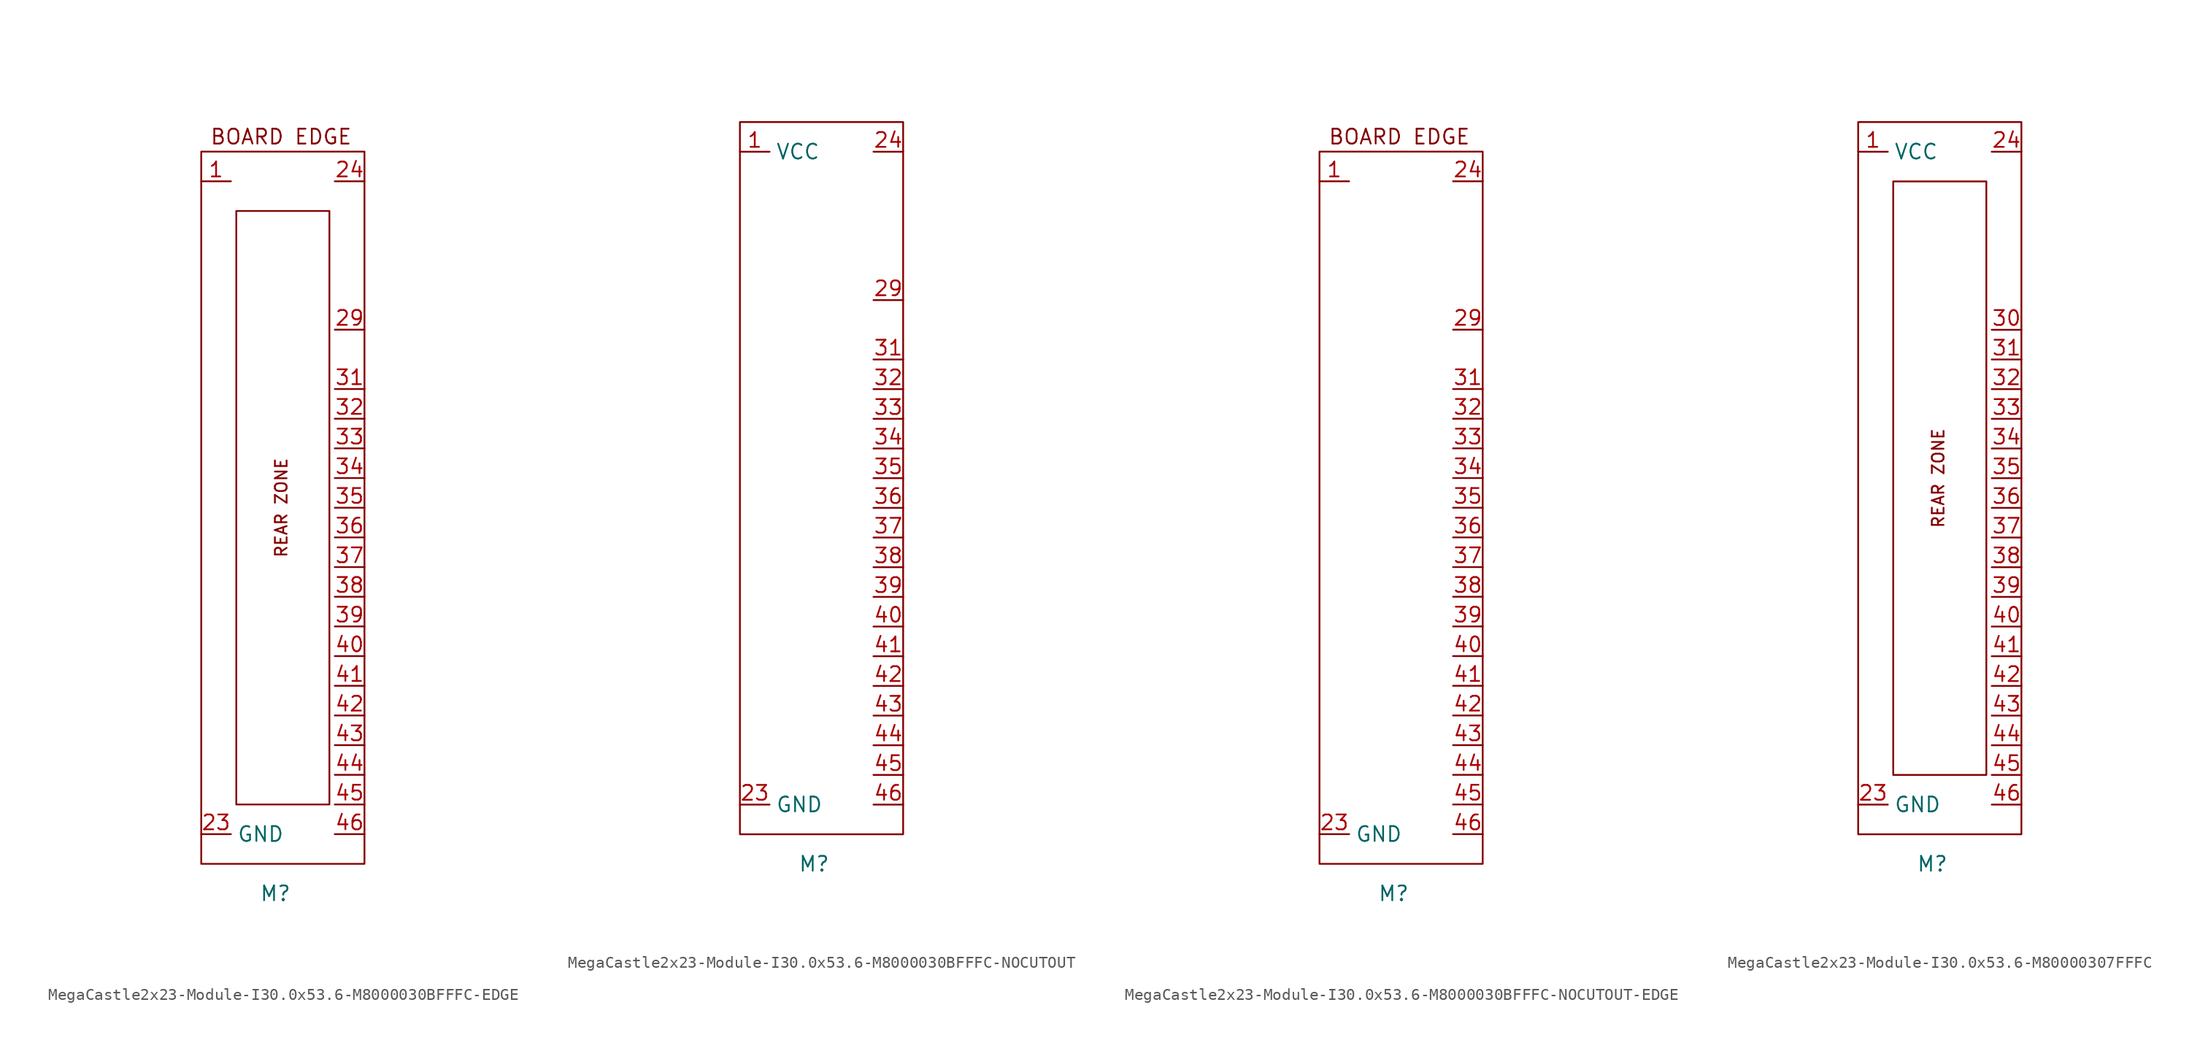
<source format=kicad_sym>
(kicad_symbol_lib
  (version 20241209)
  (generator "kicad_symbol_editor")
  (generator_version "9.0")
  (symbol "MegaCastle2x23-Module-I30.0x53.6-M8000030BFFFC-EDGE"
    (property "Reference" "M"
      (at 0 -33.02 0)
      (effects (font (size 1.27 1.27))))
    (property "Value" ""
      (at 0 5.08 0)
      (effects (font (size 1.27 1.27))))
    (symbol "MegaCastle2x23-Module-I30.0x53.6-M8000030BFFFC-EDGE_0_1"
      (rectangle (start -6.35 30.48) (end 7.62 -30.48) (stroke (width 0) (type default)) (fill (type none)))
      (rectangle (start -3.35 25.4) (end 4.62 -25.4) (stroke (width 0) (type default)) (fill (type none))))
    (symbol "MegaCastle2x23-Module-I30.0x53.6-M8000030BFFFC-EDGE_1_1"
      (text " BOARD EDGE" (at 0 31.75 0) (effects (font (size 1.27 1.27))))
      (text "REAR ZONE" (at 0.5 0 900) (effects (font (size 1 1))))
      (pin bidirectional line (at -6.35 27.94 0) (length 2.54) (name "" (effects (font (size 1.27 1.27)))) (number "1" (effects (font (size 1.27 1.27)))))
      (pin bidirectional line (at -6.35 -27.94 0) (length 2.54) (name "GND" (effects (font (size 1.27 1.27)))) (number "23" (effects (font (size 1.27 1.27)))))
      (pin bidirectional line (at 7.62 27.94 180) (length 2.54) (name "" (effects (font (size 1.27 1.27)))) (number "24" (effects (font (size 1.27 1.27)))))
      (pin bidirectional line (at 7.62 15.24 180) (length 2.54) (name "" (effects (font (size 1.27 1.27)))) (number "29" (effects (font (size 1.27 1.27)))))
      (pin bidirectional line (at 7.62 10.16 180) (length 2.54) (name "" (effects (font (size 1.27 1.27)))) (number "31" (effects (font (size 1.27 1.27)))))
      (pin bidirectional line (at 7.62 7.62 180) (length 2.54) (name "" (effects (font (size 1.27 1.27)))) (number "32" (effects (font (size 1.27 1.27)))))
      (pin bidirectional line (at 7.62 5.08 180) (length 2.54) (name "" (effects (font (size 1.27 1.27)))) (number "33" (effects (font (size 1.27 1.27)))))
      (pin bidirectional line (at 7.62 2.54 180) (length 2.54) (name "" (effects (font (size 1.27 1.27)))) (number "34" (effects (font (size 1.27 1.27)))))
      (pin bidirectional line (at 7.62 0 180) (length 2.54) (name "" (effects (font (size 1.27 1.27)))) (number "35" (effects (font (size 1.27 1.27)))))
      (pin bidirectional line (at 7.62 -2.54 180) (length 2.54) (name "" (effects (font (size 1.27 1.27)))) (number "36" (effects (font (size 1.27 1.27)))))
      (pin bidirectional line (at 7.62 -5.08 180) (length 2.54) (name "" (effects (font (size 1.27 1.27)))) (number "37" (effects (font (size 1.27 1.27)))))
      (pin bidirectional line (at 7.62 -7.62 180) (length 2.54) (name "" (effects (font (size 1.27 1.27)))) (number "38" (effects (font (size 1.27 1.27)))))
      (pin bidirectional line (at 7.62 -10.16 180) (length 2.54) (name "" (effects (font (size 1.27 1.27)))) (number "39" (effects (font (size 1.27 1.27)))))
      (pin bidirectional line (at 7.62 -12.7 180) (length 2.54) (name "" (effects (font (size 1.27 1.27)))) (number "40" (effects (font (size 1.27 1.27)))))
      (pin bidirectional line (at 7.62 -15.24 180) (length 2.54) (name "" (effects (font (size 1.27 1.27)))) (number "41" (effects (font (size 1.27 1.27)))))
      (pin bidirectional line (at 7.62 -17.78 180) (length 2.54) (name "" (effects (font (size 1.27 1.27)))) (number "42" (effects (font (size 1.27 1.27)))))
      (pin bidirectional line (at 7.62 -20.32 180) (length 2.54) (name "" (effects (font (size 1.27 1.27)))) (number "43" (effects (font (size 1.27 1.27)))))
      (pin bidirectional line (at 7.62 -22.86 180) (length 2.54) (name "" (effects (font (size 1.27 1.27)))) (number "44" (effects (font (size 1.27 1.27)))))
      (pin bidirectional line (at 7.62 -25.4 180) (length 2.54) (name "" (effects (font (size 1.27 1.27)))) (number "45" (effects (font (size 1.27 1.27)))))
      (pin bidirectional line (at 7.62 -27.94 180) (length 2.54) (name "" (effects (font (size 1.27 1.27)))) (number "46" (effects (font (size 1.27 1.27)))))))
  (symbol "MegaCastle2x23-Module-I30.0x53.6-M8000030BFFFC-NOCUTOUT"
    (property "Reference" "M"
      (at 0 -33.02 0)
      (effects (font (size 1.27 1.27))))
    (property "Value" ""
      (at 0 5.08 0)
      (effects (font (size 1.27 1.27))))
    (symbol "MegaCastle2x23-Module-I30.0x53.6-M8000030BFFFC-NOCUTOUT_0_1"
      (rectangle (start -6.35 30.48) (end 7.62 -30.48) (stroke (width 0) (type default)) (fill (type none))))
    (symbol "MegaCastle2x23-Module-I30.0x53.6-M8000030BFFFC-NOCUTOUT_1_1"
      (pin bidirectional line (at -6.35 27.94 0) (length 2.54) (name "VCC" (effects (font (size 1.27 1.27)))) (number "1" (effects (font (size 1.27 1.27)))))
      (pin bidirectional line (at -6.35 -27.94 0) (length 2.54) (name "GND" (effects (font (size 1.27 1.27)))) (number "23" (effects (font (size 1.27 1.27)))))
      (pin bidirectional line (at 7.62 27.94 180) (length 2.54) (name "" (effects (font (size 1.27 1.27)))) (number "24" (effects (font (size 1.27 1.27)))))
      (pin bidirectional line (at 7.62 15.24 180) (length 2.54) (name "" (effects (font (size 1.27 1.27)))) (number "29" (effects (font (size 1.27 1.27)))))
      (pin bidirectional line (at 7.62 10.16 180) (length 2.54) (name "" (effects (font (size 1.27 1.27)))) (number "31" (effects (font (size 1.27 1.27)))))
      (pin bidirectional line (at 7.62 7.62 180) (length 2.54) (name "" (effects (font (size 1.27 1.27)))) (number "32" (effects (font (size 1.27 1.27)))))
      (pin bidirectional line (at 7.62 5.08 180) (length 2.54) (name "" (effects (font (size 1.27 1.27)))) (number "33" (effects (font (size 1.27 1.27)))))
      (pin bidirectional line (at 7.62 2.54 180) (length 2.54) (name "" (effects (font (size 1.27 1.27)))) (number "34" (effects (font (size 1.27 1.27)))))
      (pin bidirectional line (at 7.62 0 180) (length 2.54) (name "" (effects (font (size 1.27 1.27)))) (number "35" (effects (font (size 1.27 1.27)))))
      (pin bidirectional line (at 7.62 -2.54 180) (length 2.54) (name "" (effects (font (size 1.27 1.27)))) (number "36" (effects (font (size 1.27 1.27)))))
      (pin bidirectional line (at 7.62 -5.08 180) (length 2.54) (name "" (effects (font (size 1.27 1.27)))) (number "37" (effects (font (size 1.27 1.27)))))
      (pin bidirectional line (at 7.62 -7.62 180) (length 2.54) (name "" (effects (font (size 1.27 1.27)))) (number "38" (effects (font (size 1.27 1.27)))))
      (pin bidirectional line (at 7.62 -10.16 180) (length 2.54) (name "" (effects (font (size 1.27 1.27)))) (number "39" (effects (font (size 1.27 1.27)))))
      (pin bidirectional line (at 7.62 -12.7 180) (length 2.54) (name "" (effects (font (size 1.27 1.27)))) (number "40" (effects (font (size 1.27 1.27)))))
      (pin bidirectional line (at 7.62 -15.24 180) (length 2.54) (name "" (effects (font (size 1.27 1.27)))) (number "41" (effects (font (size 1.27 1.27)))))
      (pin bidirectional line (at 7.62 -17.78 180) (length 2.54) (name "" (effects (font (size 1.27 1.27)))) (number "42" (effects (font (size 1.27 1.27)))))
      (pin bidirectional line (at 7.62 -20.32 180) (length 2.54) (name "" (effects (font (size 1.27 1.27)))) (number "43" (effects (font (size 1.27 1.27)))))
      (pin bidirectional line (at 7.62 -22.86 180) (length 2.54) (name "" (effects (font (size 1.27 1.27)))) (number "44" (effects (font (size 1.27 1.27)))))
      (pin bidirectional line (at 7.62 -25.4 180) (length 2.54) (name "" (effects (font (size 1.27 1.27)))) (number "45" (effects (font (size 1.27 1.27)))))
      (pin bidirectional line (at 7.62 -27.94 180) (length 2.54) (name "" (effects (font (size 1.27 1.27)))) (number "46" (effects (font (size 1.27 1.27)))))))
  (symbol "MegaCastle2x23-Module-I30.0x53.6-M8000030BFFFC-NOCUTOUT-EDGE"
    (property "Reference" "M"
      (at 0 -33.02 0)
      (effects (font (size 1.27 1.27))))
    (property "Value" ""
      (at 0 5.08 0)
      (effects (font (size 1.27 1.27))))
    (symbol "MegaCastle2x23-Module-I30.0x53.6-M8000030BFFFC-NOCUTOUT-EDGE_0_1"
      (rectangle (start -6.35 30.48) (end 7.62 -30.48) (stroke (width 0) (type default)) (fill (type none))))
    (symbol "MegaCastle2x23-Module-I30.0x53.6-M8000030BFFFC-NOCUTOUT-EDGE_1_1"
      (text " BOARD EDGE" (at 0 31.75 0) (effects (font (size 1.27 1.27))))
      (pin bidirectional line (at -6.35 27.94 0) (length 2.54) (name "" (effects (font (size 1.27 1.27)))) (number "1" (effects (font (size 1.27 1.27)))))
      (pin bidirectional line (at -6.35 -27.94 0) (length 2.54) (name "GND" (effects (font (size 1.27 1.27)))) (number "23" (effects (font (size 1.27 1.27)))))
      (pin bidirectional line (at 7.62 27.94 180) (length 2.54) (name "" (effects (font (size 1.27 1.27)))) (number "24" (effects (font (size 1.27 1.27)))))
      (pin bidirectional line (at 7.62 15.24 180) (length 2.54) (name "" (effects (font (size 1.27 1.27)))) (number "29" (effects (font (size 1.27 1.27)))))
      (pin bidirectional line (at 7.62 10.16 180) (length 2.54) (name "" (effects (font (size 1.27 1.27)))) (number "31" (effects (font (size 1.27 1.27)))))
      (pin bidirectional line (at 7.62 7.62 180) (length 2.54) (name "" (effects (font (size 1.27 1.27)))) (number "32" (effects (font (size 1.27 1.27)))))
      (pin bidirectional line (at 7.62 5.08 180) (length 2.54) (name "" (effects (font (size 1.27 1.27)))) (number "33" (effects (font (size 1.27 1.27)))))
      (pin bidirectional line (at 7.62 2.54 180) (length 2.54) (name "" (effects (font (size 1.27 1.27)))) (number "34" (effects (font (size 1.27 1.27)))))
      (pin bidirectional line (at 7.62 0 180) (length 2.54) (name "" (effects (font (size 1.27 1.27)))) (number "35" (effects (font (size 1.27 1.27)))))
      (pin bidirectional line (at 7.62 -2.54 180) (length 2.54) (name "" (effects (font (size 1.27 1.27)))) (number "36" (effects (font (size 1.27 1.27)))))
      (pin bidirectional line (at 7.62 -5.08 180) (length 2.54) (name "" (effects (font (size 1.27 1.27)))) (number "37" (effects (font (size 1.27 1.27)))))
      (pin bidirectional line (at 7.62 -7.62 180) (length 2.54) (name "" (effects (font (size 1.27 1.27)))) (number "38" (effects (font (size 1.27 1.27)))))
      (pin bidirectional line (at 7.62 -10.16 180) (length 2.54) (name "" (effects (font (size 1.27 1.27)))) (number "39" (effects (font (size 1.27 1.27)))))
      (pin bidirectional line (at 7.62 -12.7 180) (length 2.54) (name "" (effects (font (size 1.27 1.27)))) (number "40" (effects (font (size 1.27 1.27)))))
      (pin bidirectional line (at 7.62 -15.24 180) (length 2.54) (name "" (effects (font (size 1.27 1.27)))) (number "41" (effects (font (size 1.27 1.27)))))
      (pin bidirectional line (at 7.62 -17.78 180) (length 2.54) (name "" (effects (font (size 1.27 1.27)))) (number "42" (effects (font (size 1.27 1.27)))))
      (pin bidirectional line (at 7.62 -20.32 180) (length 2.54) (name "" (effects (font (size 1.27 1.27)))) (number "43" (effects (font (size 1.27 1.27)))))
      (pin bidirectional line (at 7.62 -22.86 180) (length 2.54) (name "" (effects (font (size 1.27 1.27)))) (number "44" (effects (font (size 1.27 1.27)))))
      (pin bidirectional line (at 7.62 -25.4 180) (length 2.54) (name "" (effects (font (size 1.27 1.27)))) (number "45" (effects (font (size 1.27 1.27)))))
      (pin bidirectional line (at 7.62 -27.94 180) (length 2.54) (name "" (effects (font (size 1.27 1.27)))) (number "46" (effects (font (size 1.27 1.27)))))))
  (symbol "MegaCastle2x23-Module-I30.0x53.6-M80000307FFFC"
    (property "Reference" "M"
      (at 0 -33.02 0)
      (effects (font (size 1.27 1.27))))
    (property "Value" ""
      (at 0 5.08 0)
      (effects (font (size 1.27 1.27))))
    (symbol "MegaCastle2x23-Module-I30.0x53.6-M80000307FFFC_0_1"
      (rectangle (start -6.35 30.48) (end 7.62 -30.48) (stroke (width 0) (type default)) (fill (type none)))
      (rectangle (start -3.35 25.4) (end 4.62 -25.4) (stroke (width 0) (type default)) (fill (type none))))
    (symbol "MegaCastle2x23-Module-I30.0x53.6-M80000307FFFC_1_1"
      (text "REAR ZONE" (at 0.5 0 900) (effects (font (size 1 1))))
      (pin bidirectional line (at -6.35 27.94 0) (length 2.54) (name "VCC" (effects (font (size 1.27 1.27)))) (number "1" (effects (font (size 1.27 1.27)))))
      (pin bidirectional line (at -6.35 -27.94 0) (length 2.54) (name "GND" (effects (font (size 1.27 1.27)))) (number "23" (effects (font (size 1.27 1.27)))))
      (pin bidirectional line (at 7.62 27.94 180) (length 2.54) (name "" (effects (font (size 1.27 1.27)))) (number "24" (effects (font (size 1.27 1.27)))))
      (pin bidirectional line (at 7.62 12.7 180) (length 2.54) (name "" (effects (font (size 1.27 1.27)))) (number "30" (effects (font (size 1.27 1.27)))))
      (pin bidirectional line (at 7.62 10.16 180) (length 2.54) (name "" (effects (font (size 1.27 1.27)))) (number "31" (effects (font (size 1.27 1.27)))))
      (pin bidirectional line (at 7.62 7.62 180) (length 2.54) (name "" (effects (font (size 1.27 1.27)))) (number "32" (effects (font (size 1.27 1.27)))))
      (pin bidirectional line (at 7.62 5.08 180) (length 2.54) (name "" (effects (font (size 1.27 1.27)))) (number "33" (effects (font (size 1.27 1.27)))))
      (pin bidirectional line (at 7.62 2.54 180) (length 2.54) (name "" (effects (font (size 1.27 1.27)))) (number "34" (effects (font (size 1.27 1.27)))))
      (pin bidirectional line (at 7.62 0 180) (length 2.54) (name "" (effects (font (size 1.27 1.27)))) (number "35" (effects (font (size 1.27 1.27)))))
      (pin bidirectional line (at 7.62 -2.54 180) (length 2.54) (name "" (effects (font (size 1.27 1.27)))) (number "36" (effects (font (size 1.27 1.27)))))
      (pin bidirectional line (at 7.62 -5.08 180) (length 2.54) (name "" (effects (font (size 1.27 1.27)))) (number "37" (effects (font (size 1.27 1.27)))))
      (pin bidirectional line (at 7.62 -7.62 180) (length 2.54) (name "" (effects (font (size 1.27 1.27)))) (number "38" (effects (font (size 1.27 1.27)))))
      (pin bidirectional line (at 7.62 -10.16 180) (length 2.54) (name "" (effects (font (size 1.27 1.27)))) (number "39" (effects (font (size 1.27 1.27)))))
      (pin bidirectional line (at 7.62 -12.7 180) (length 2.54) (name "" (effects (font (size 1.27 1.27)))) (number "40" (effects (font (size 1.27 1.27)))))
      (pin bidirectional line (at 7.62 -15.24 180) (length 2.54) (name "" (effects (font (size 1.27 1.27)))) (number "41" (effects (font (size 1.27 1.27)))))
      (pin bidirectional line (at 7.62 -17.78 180) (length 2.54) (name "" (effects (font (size 1.27 1.27)))) (number "42" (effects (font (size 1.27 1.27)))))
      (pin bidirectional line (at 7.62 -20.32 180) (length 2.54) (name "" (effects (font (size 1.27 1.27)))) (number "43" (effects (font (size 1.27 1.27)))))
      (pin bidirectional line (at 7.62 -22.86 180) (length 2.54) (name "" (effects (font (size 1.27 1.27)))) (number "44" (effects (font (size 1.27 1.27)))))
      (pin bidirectional line (at 7.62 -25.4 180) (length 2.54) (name "" (effects (font (size 1.27 1.27)))) (number "45" (effects (font (size 1.27 1.27)))))
      (pin bidirectional line (at 7.62 -27.94 180) (length 2.54) (name "" (effects (font (size 1.27 1.27)))) (number "46" (effects (font (size 1.27 1.27))))))))
</source>
